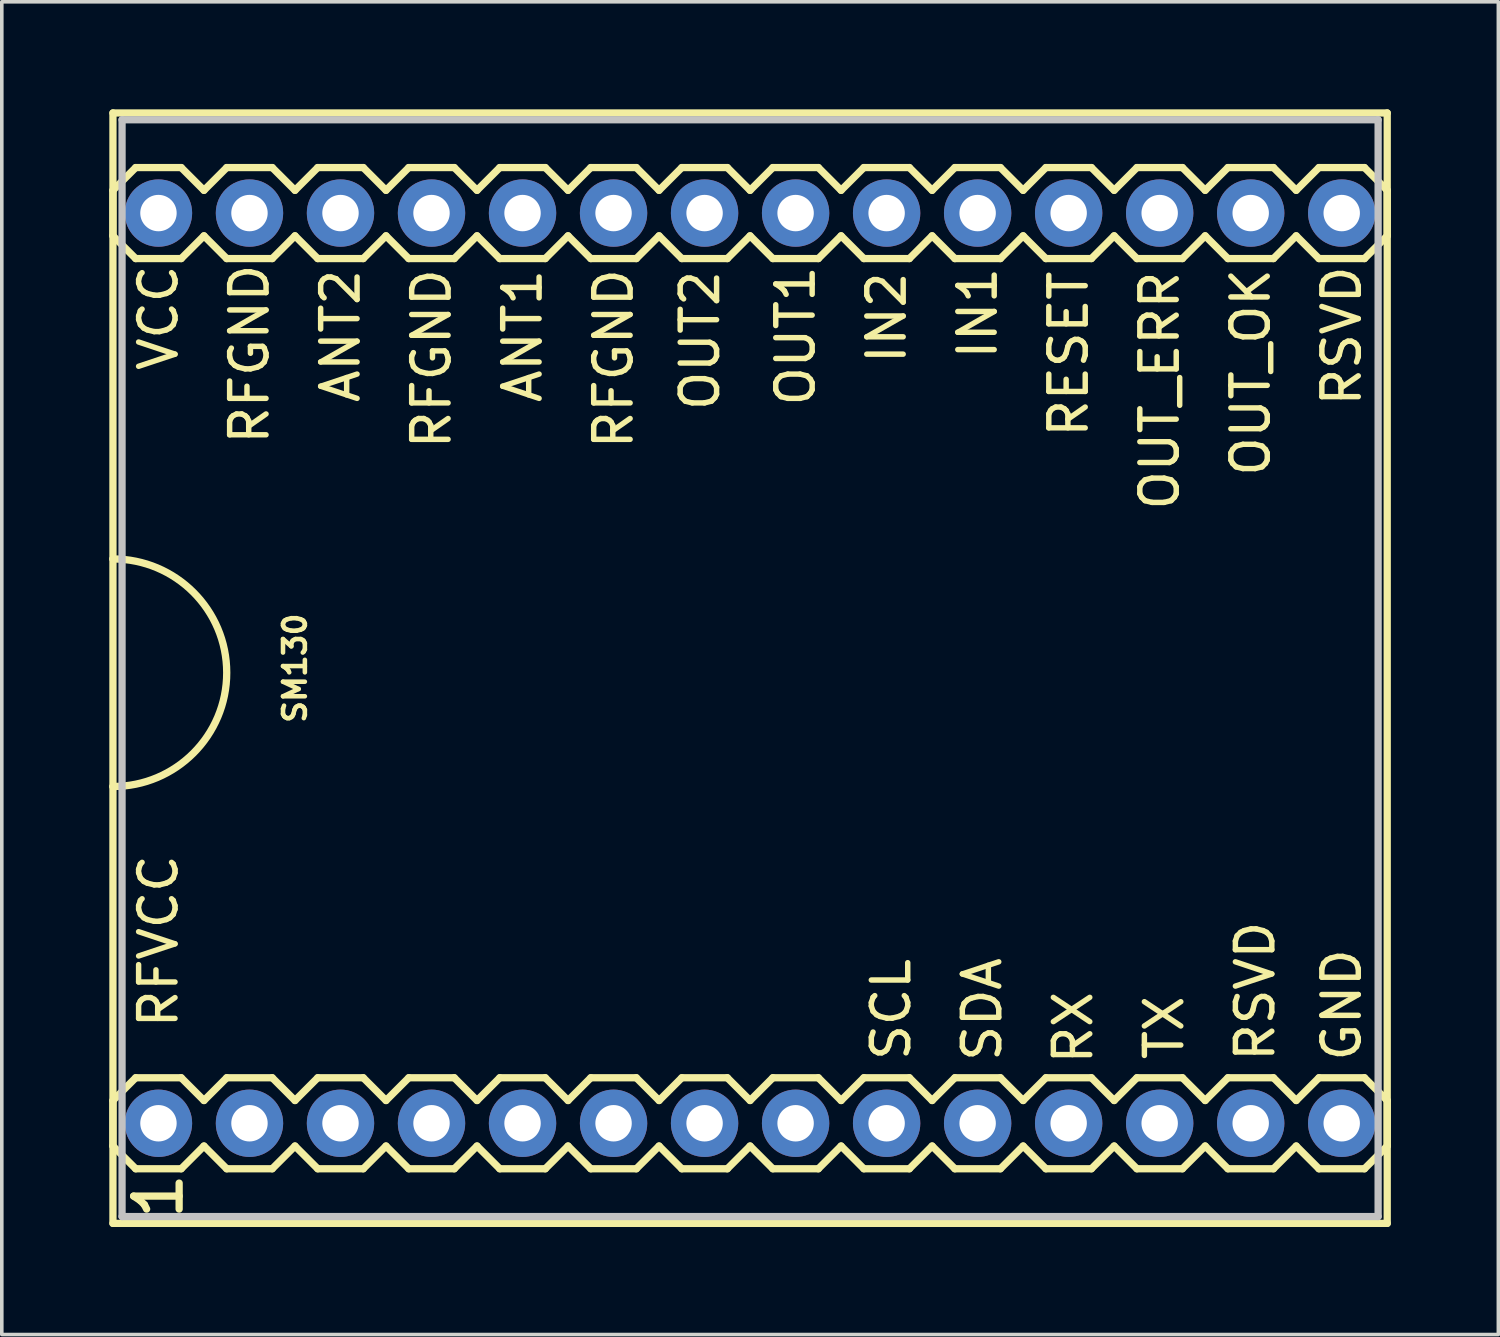
<source format=kicad_pcb>
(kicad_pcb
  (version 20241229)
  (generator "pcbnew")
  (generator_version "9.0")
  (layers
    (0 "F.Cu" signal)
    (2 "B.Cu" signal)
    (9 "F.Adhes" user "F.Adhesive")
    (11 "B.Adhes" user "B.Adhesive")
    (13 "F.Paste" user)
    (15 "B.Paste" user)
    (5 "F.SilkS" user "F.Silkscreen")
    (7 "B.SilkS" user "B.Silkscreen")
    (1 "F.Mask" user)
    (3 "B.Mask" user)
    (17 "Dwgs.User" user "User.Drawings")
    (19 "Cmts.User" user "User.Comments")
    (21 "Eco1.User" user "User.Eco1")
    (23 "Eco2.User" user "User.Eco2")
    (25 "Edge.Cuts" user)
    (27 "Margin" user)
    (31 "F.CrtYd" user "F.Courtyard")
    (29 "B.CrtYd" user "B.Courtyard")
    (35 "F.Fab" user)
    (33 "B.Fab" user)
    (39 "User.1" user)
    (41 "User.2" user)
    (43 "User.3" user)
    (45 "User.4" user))
  (footprint "SM130"
    (layer "F.Cu")
    (at 19.152 15.596)
    (property "Reference" "SM130" (at -13.97 0 90) (layer "F.SilkS") (effects (font (size 0.61 0.61) (thickness 0.127))))
    (attr exclude_from_pos_files exclude_from_bom)
    (fp_line (start -19.05 -15.494) (end 16.51 -15.494) (stroke (width 0.203) (type solid)) (layer "F.SilkS"))
    (fp_line (start -19.05 -13.335) (end -18.415 -13.97) (stroke (width 0.203) (type solid)) (layer "F.SilkS"))
    (fp_line (start -19.05 -12.065) (end -19.05 -13.335) (stroke (width 0.203) (type solid)) (layer "F.SilkS"))
    (fp_line (start -19.05 -3.048) (end -19.05 -15.494) (stroke (width 0.203) (type solid)) (layer "F.SilkS"))
    (fp_line (start -19.05 3.302) (end -19.05 -3.048) (stroke (width 0.203) (type solid)) (layer "F.SilkS"))
    (fp_line (start -19.05 12.065) (end -19.05 13.335) (stroke (width 0.203) (type solid)) (layer "F.SilkS"))
    (fp_line (start -19.05 13.335) (end -18.415 13.97) (stroke (width 0.203) (type solid)) (layer "F.SilkS"))
    (fp_line (start -19.05 15.494) (end -19.05 3.302) (stroke (width 0.203) (type solid)) (layer "F.SilkS"))
    (fp_line (start -18.415 -13.97) (end -17.145 -13.97) (stroke (width 0.203) (type solid)) (layer "F.SilkS"))
    (fp_line (start -18.415 -11.43) (end -19.05 -12.065) (stroke (width 0.203) (type solid)) (layer "F.SilkS"))
    (fp_line (start -18.415 11.43) (end -19.05 12.065) (stroke (width 0.203) (type solid)) (layer "F.SilkS"))
    (fp_line (start -18.415 11.43) (end -17.145 11.43) (stroke (width 0.203) (type solid)) (layer "F.SilkS"))
    (fp_line (start -17.145 -11.43) (end -18.415 -11.43) (stroke (width 0.203) (type solid)) (layer "F.SilkS"))
    (fp_line (start -17.145 -11.43) (end -16.51 -12.065) (stroke (width 0.203) (type solid)) (layer "F.SilkS"))
    (fp_line (start -17.145 11.43) (end -16.51 12.065) (stroke (width 0.203) (type solid)) (layer "F.SilkS"))
    (fp_line (start -17.145 13.97) (end -18.415 13.97) (stroke (width 0.203) (type solid)) (layer "F.SilkS"))
    (fp_line (start -16.51 -13.335) (end -17.145 -13.97) (stroke (width 0.203) (type solid)) (layer "F.SilkS"))
    (fp_line (start -16.51 -13.335) (end -15.875 -13.97) (stroke (width 0.203) (type solid)) (layer "F.SilkS"))
    (fp_line (start -16.51 12.065) (end -15.875 11.43) (stroke (width 0.203) (type solid)) (layer "F.SilkS"))
    (fp_line (start -16.51 13.335) (end -17.145 13.97) (stroke (width 0.203) (type solid)) (layer "F.SilkS"))
    (fp_line (start -15.875 -13.97) (end -14.605 -13.97) (stroke (width 0.203) (type solid)) (layer "F.SilkS"))
    (fp_line (start -15.875 -11.43) (end -16.51 -12.065) (stroke (width 0.203) (type solid)) (layer "F.SilkS"))
    (fp_line (start -15.875 11.43) (end -14.605 11.43) (stroke (width 0.203) (type solid)) (layer "F.SilkS"))
    (fp_line (start -15.875 13.97) (end -16.51 13.335) (stroke (width 0.203) (type solid)) (layer "F.SilkS"))
    (fp_line (start -14.605 -11.43) (end -15.875 -11.43) (stroke (width 0.203) (type solid)) (layer "F.SilkS"))
    (fp_line (start -14.605 -11.43) (end -13.97 -12.065) (stroke (width 0.203) (type solid)) (layer "F.SilkS"))
    (fp_line (start -14.605 11.43) (end -13.97 12.065) (stroke (width 0.203) (type solid)) (layer "F.SilkS"))
    (fp_line (start -14.605 13.97) (end -15.875 13.97) (stroke (width 0.203) (type solid)) (layer "F.SilkS"))
    (fp_line (start -13.97 -13.335) (end -14.605 -13.97) (stroke (width 0.203) (type solid)) (layer "F.SilkS"))
    (fp_line (start -13.97 -13.335) (end -13.335 -13.97) (stroke (width 0.203) (type solid)) (layer "F.SilkS"))
    (fp_line (start -13.97 12.065) (end -13.335 11.43) (stroke (width 0.203) (type solid)) (layer "F.SilkS"))
    (fp_line (start -13.97 13.335) (end -14.605 13.97) (stroke (width 0.203) (type solid)) (layer "F.SilkS"))
    (fp_line (start -13.335 -13.97) (end -12.065 -13.97) (stroke (width 0.203) (type solid)) (layer "F.SilkS"))
    (fp_line (start -13.335 -11.43) (end -13.97 -12.065) (stroke (width 0.203) (type solid)) (layer "F.SilkS"))
    (fp_line (start -13.335 11.43) (end -12.065 11.43) (stroke (width 0.203) (type solid)) (layer "F.SilkS"))
    (fp_line (start -13.335 13.97) (end -13.97 13.335) (stroke (width 0.203) (type solid)) (layer "F.SilkS"))
    (fp_line (start -12.065 -13.97) (end -11.43 -13.335) (stroke (width 0.203) (type solid)) (layer "F.SilkS"))
    (fp_line (start -12.065 -11.43) (end -13.335 -11.43) (stroke (width 0.203) (type solid)) (layer "F.SilkS"))
    (fp_line (start -12.065 11.43) (end -11.43 12.065) (stroke (width 0.203) (type solid)) (layer "F.SilkS"))
    (fp_line (start -12.065 13.97) (end -13.335 13.97) (stroke (width 0.203) (type solid)) (layer "F.SilkS"))
    (fp_line (start -11.43 -13.335) (end -10.795 -13.97) (stroke (width 0.203) (type solid)) (layer "F.SilkS"))
    (fp_line (start -11.43 -12.065) (end -12.065 -11.43) (stroke (width 0.203) (type solid)) (layer "F.SilkS"))
    (fp_line (start -11.43 13.335) (end -12.065 13.97) (stroke (width 0.203) (type solid)) (layer "F.SilkS"))
    (fp_line (start -11.43 13.335) (end -10.795 13.97) (stroke (width 0.203) (type solid)) (layer "F.SilkS"))
    (fp_line (start -10.795 -13.97) (end -9.525 -13.97) (stroke (width 0.203) (type solid)) (layer "F.SilkS"))
    (fp_line (start -10.795 -11.43) (end -11.43 -12.065) (stroke (width 0.203) (type solid)) (layer "F.SilkS"))
    (fp_line (start -10.795 11.43) (end -11.43 12.065) (stroke (width 0.203) (type solid)) (layer "F.SilkS"))
    (fp_line (start -10.795 11.43) (end -9.525 11.43) (stroke (width 0.203) (type solid)) (layer "F.SilkS"))
    (fp_line (start -9.525 -13.97) (end -8.89 -13.335) (stroke (width 0.203) (type solid)) (layer "F.SilkS"))
    (fp_line (start -9.525 -11.43) (end -10.795 -11.43) (stroke (width 0.203) (type solid)) (layer "F.SilkS"))
    (fp_line (start -9.525 11.43) (end -8.89 12.065) (stroke (width 0.203) (type solid)) (layer "F.SilkS"))
    (fp_line (start -9.525 13.97) (end -10.795 13.97) (stroke (width 0.203) (type solid)) (layer "F.SilkS"))
    (fp_line (start -8.89 -13.335) (end -8.255 -13.97) (stroke (width 0.203) (type solid)) (layer "F.SilkS"))
    (fp_line (start -8.89 -12.065) (end -9.525 -11.43) (stroke (width 0.203) (type solid)) (layer "F.SilkS"))
    (fp_line (start -8.89 12.065) (end -8.255 11.43) (stroke (width 0.203) (type solid)) (layer "F.SilkS"))
    (fp_line (start -8.89 13.335) (end -9.525 13.97) (stroke (width 0.203) (type solid)) (layer "F.SilkS"))
    (fp_line (start -8.255 -13.97) (end -6.985 -13.97) (stroke (width 0.203) (type solid)) (layer "F.SilkS"))
    (fp_line (start -8.255 -11.43) (end -8.89 -12.065) (stroke (width 0.203) (type solid)) (layer "F.SilkS"))
    (fp_line (start -8.255 11.43) (end -6.985 11.43) (stroke (width 0.203) (type solid)) (layer "F.SilkS"))
    (fp_line (start -8.255 13.97) (end -8.89 13.335) (stroke (width 0.203) (type solid)) (layer "F.SilkS"))
    (fp_line (start -6.985 -11.43) (end -8.255 -11.43) (stroke (width 0.203) (type solid)) (layer "F.SilkS"))
    (fp_line (start -6.985 -11.43) (end -6.35 -12.065) (stroke (width 0.203) (type solid)) (layer "F.SilkS"))
    (fp_line (start -6.985 11.43) (end -6.35 12.065) (stroke (width 0.203) (type solid)) (layer "F.SilkS"))
    (fp_line (start -6.985 13.97) (end -8.255 13.97) (stroke (width 0.203) (type solid)) (layer "F.SilkS"))
    (fp_line (start -6.35 -13.335) (end -6.985 -13.97) (stroke (width 0.203) (type solid)) (layer "F.SilkS"))
    (fp_line (start -6.35 -13.335) (end -5.715 -13.97) (stroke (width 0.203) (type solid)) (layer "F.SilkS"))
    (fp_line (start -6.35 12.065) (end -5.715 11.43) (stroke (width 0.203) (type solid)) (layer "F.SilkS"))
    (fp_line (start -6.35 13.335) (end -6.985 13.97) (stroke (width 0.203) (type solid)) (layer "F.SilkS"))
    (fp_line (start -5.715 -13.97) (end -4.445 -13.97) (stroke (width 0.203) (type solid)) (layer "F.SilkS"))
    (fp_line (start -5.715 -11.43) (end -6.35 -12.065) (stroke (width 0.203) (type solid)) (layer "F.SilkS"))
    (fp_line (start -5.715 11.43) (end -4.445 11.43) (stroke (width 0.203) (type solid)) (layer "F.SilkS"))
    (fp_line (start -5.715 13.97) (end -6.35 13.335) (stroke (width 0.203) (type solid)) (layer "F.SilkS"))
    (fp_line (start -4.445 -13.97) (end -3.81 -13.335) (stroke (width 0.203) (type solid)) (layer "F.SilkS"))
    (fp_line (start -4.445 -11.43) (end -5.715 -11.43) (stroke (width 0.203) (type solid)) (layer "F.SilkS"))
    (fp_line (start -4.445 11.43) (end -3.81 12.065) (stroke (width 0.203) (type solid)) (layer "F.SilkS"))
    (fp_line (start -4.445 13.97) (end -5.715 13.97) (stroke (width 0.203) (type solid)) (layer "F.SilkS"))
    (fp_line (start -3.81 -13.335) (end -3.175 -13.97) (stroke (width 0.203) (type solid)) (layer "F.SilkS"))
    (fp_line (start -3.81 -12.065) (end -4.445 -11.43) (stroke (width 0.203) (type solid)) (layer "F.SilkS"))
    (fp_line (start -3.81 13.335) (end -4.445 13.97) (stroke (width 0.203) (type solid)) (layer "F.SilkS"))
    (fp_line (start -3.81 13.335) (end -3.175 13.97) (stroke (width 0.203) (type solid)) (layer "F.SilkS"))
    (fp_line (start -3.175 -13.97) (end -1.905 -13.97) (stroke (width 0.203) (type solid)) (layer "F.SilkS"))
    (fp_line (start -3.175 -11.43) (end -3.81 -12.065) (stroke (width 0.203) (type solid)) (layer "F.SilkS"))
    (fp_line (start -3.175 11.43) (end -3.81 12.065) (stroke (width 0.203) (type solid)) (layer "F.SilkS"))
    (fp_line (start -3.175 11.43) (end -1.905 11.43) (stroke (width 0.203) (type solid)) (layer "F.SilkS"))
    (fp_line (start -1.905 -13.97) (end -1.27 -13.335) (stroke (width 0.203) (type solid)) (layer "F.SilkS"))
    (fp_line (start -1.905 -11.43) (end -3.175 -11.43) (stroke (width 0.203) (type solid)) (layer "F.SilkS"))
    (fp_line (start -1.905 11.43) (end -1.27 12.065) (stroke (width 0.203) (type solid)) (layer "F.SilkS"))
    (fp_line (start -1.905 13.97) (end -3.175 13.97) (stroke (width 0.203) (type solid)) (layer "F.SilkS"))
    (fp_line (start -1.27 -13.335) (end -0.635 -13.97) (stroke (width 0.203) (type solid)) (layer "F.SilkS"))
    (fp_line (start -1.27 -12.065) (end -1.905 -11.43) (stroke (width 0.203) (type solid)) (layer "F.SilkS"))
    (fp_line (start -1.27 13.335) (end -1.905 13.97) (stroke (width 0.203) (type solid)) (layer "F.SilkS"))
    (fp_line (start -1.27 13.335) (end -0.635 13.97) (stroke (width 0.203) (type solid)) (layer "F.SilkS"))
    (fp_line (start -0.635 -13.97) (end 0.635 -13.97) (stroke (width 0.203) (type solid)) (layer "F.SilkS"))
    (fp_line (start -0.635 -11.43) (end -1.27 -12.065) (stroke (width 0.203) (type solid)) (layer "F.SilkS"))
    (fp_line (start -0.635 11.43) (end -1.27 12.065) (stroke (width 0.203) (type solid)) (layer "F.SilkS"))
    (fp_line (start -0.635 11.43) (end 0.635 11.43) (stroke (width 0.203) (type solid)) (layer "F.SilkS"))
    (fp_line (start 0.635 -11.43) (end -0.635 -11.43) (stroke (width 0.203) (type solid)) (layer "F.SilkS"))
    (fp_line (start 0.635 -11.43) (end 1.27 -12.065) (stroke (width 0.203) (type solid)) (layer "F.SilkS"))
    (fp_line (start 0.635 11.43) (end 1.27 12.065) (stroke (width 0.203) (type solid)) (layer "F.SilkS"))
    (fp_line (start 0.635 13.97) (end -0.635 13.97) (stroke (width 0.203) (type solid)) (layer "F.SilkS"))
    (fp_line (start 1.27 -13.335) (end 0.635 -13.97) (stroke (width 0.203) (type solid)) (layer "F.SilkS"))
    (fp_line (start 1.27 -13.335) (end 1.905 -13.97) (stroke (width 0.203) (type solid)) (layer "F.SilkS"))
    (fp_line (start 1.27 12.065) (end 1.905 11.43) (stroke (width 0.203) (type solid)) (layer "F.SilkS"))
    (fp_line (start 1.27 13.335) (end 0.635 13.97) (stroke (width 0.203) (type solid)) (layer "F.SilkS"))
    (fp_line (start 1.905 -13.97) (end 3.175 -13.97) (stroke (width 0.203) (type solid)) (layer "F.SilkS"))
    (fp_line (start 1.905 -11.43) (end 1.27 -12.065) (stroke (width 0.203) (type solid)) (layer "F.SilkS"))
    (fp_line (start 1.905 11.43) (end 3.175 11.43) (stroke (width 0.203) (type solid)) (layer "F.SilkS"))
    (fp_line (start 1.905 13.97) (end 1.27 13.335) (stroke (width 0.203) (type solid)) (layer "F.SilkS"))
    (fp_line (start 3.175 -11.43) (end 1.905 -11.43) (stroke (width 0.203) (type solid)) (layer "F.SilkS"))
    (fp_line (start 3.175 -11.43) (end 3.81 -12.065) (stroke (width 0.203) (type solid)) (layer "F.SilkS"))
    (fp_line (start 3.175 11.43) (end 3.81 12.065) (stroke (width 0.203) (type solid)) (layer "F.SilkS"))
    (fp_line (start 3.175 13.97) (end 1.905 13.97) (stroke (width 0.203) (type solid)) (layer "F.SilkS"))
    (fp_line (start 3.81 -13.335) (end 3.175 -13.97) (stroke (width 0.203) (type solid)) (layer "F.SilkS"))
    (fp_line (start 3.81 -13.335) (end 4.445 -13.97) (stroke (width 0.203) (type solid)) (layer "F.SilkS"))
    (fp_line (start 3.81 12.065) (end 4.445 11.43) (stroke (width 0.203) (type solid)) (layer "F.SilkS"))
    (fp_line (start 3.81 13.335) (end 3.175 13.97) (stroke (width 0.203) (type solid)) (layer "F.SilkS"))
    (fp_line (start 4.445 -13.97) (end 5.715 -13.97) (stroke (width 0.203) (type solid)) (layer "F.SilkS"))
    (fp_line (start 4.445 -11.43) (end 3.81 -12.065) (stroke (width 0.203) (type solid)) (layer "F.SilkS"))
    (fp_line (start 4.445 11.43) (end 5.715 11.43) (stroke (width 0.203) (type solid)) (layer "F.SilkS"))
    (fp_line (start 4.445 13.97) (end 3.81 13.335) (stroke (width 0.203) (type solid)) (layer "F.SilkS"))
    (fp_line (start 5.715 -13.97) (end 6.35 -13.335) (stroke (width 0.203) (type solid)) (layer "F.SilkS"))
    (fp_line (start 5.715 -11.43) (end 4.445 -11.43) (stroke (width 0.203) (type solid)) (layer "F.SilkS"))
    (fp_line (start 5.715 11.43) (end 6.35 12.065) (stroke (width 0.203) (type solid)) (layer "F.SilkS"))
    (fp_line (start 5.715 13.97) (end 4.445 13.97) (stroke (width 0.203) (type solid)) (layer "F.SilkS"))
    (fp_line (start 6.35 -13.335) (end 6.985 -13.97) (stroke (width 0.203) (type solid)) (layer "F.SilkS"))
    (fp_line (start 6.35 -12.065) (end 5.715 -11.43) (stroke (width 0.203) (type solid)) (layer "F.SilkS"))
    (fp_line (start 6.35 13.335) (end 5.715 13.97) (stroke (width 0.203) (type solid)) (layer "F.SilkS"))
    (fp_line (start 6.35 13.335) (end 6.985 13.97) (stroke (width 0.203) (type solid)) (layer "F.SilkS"))
    (fp_line (start 6.985 -13.97) (end 8.255 -13.97) (stroke (width 0.203) (type solid)) (layer "F.SilkS"))
    (fp_line (start 6.985 -11.43) (end 6.35 -12.065) (stroke (width 0.203) (type solid)) (layer "F.SilkS"))
    (fp_line (start 6.985 11.43) (end 6.35 12.065) (stroke (width 0.203) (type solid)) (layer "F.SilkS"))
    (fp_line (start 6.985 11.43) (end 8.255 11.43) (stroke (width 0.203) (type solid)) (layer "F.SilkS"))
    (fp_line (start 8.255 -13.97) (end 8.89 -13.335) (stroke (width 0.203) (type solid)) (layer "F.SilkS"))
    (fp_line (start 8.255 -11.43) (end 6.985 -11.43) (stroke (width 0.203) (type solid)) (layer "F.SilkS"))
    (fp_line (start 8.255 11.43) (end 8.89 12.065) (stroke (width 0.203) (type solid)) (layer "F.SilkS"))
    (fp_line (start 8.255 13.97) (end 6.985 13.97) (stroke (width 0.203) (type solid)) (layer "F.SilkS"))
    (fp_line (start 8.89 -13.335) (end 9.525 -13.97) (stroke (width 0.203) (type solid)) (layer "F.SilkS"))
    (fp_line (start 8.89 -12.065) (end 8.255 -11.43) (stroke (width 0.203) (type solid)) (layer "F.SilkS"))
    (fp_line (start 8.89 12.065) (end 9.525 11.43) (stroke (width 0.203) (type solid)) (layer "F.SilkS"))
    (fp_line (start 8.89 13.335) (end 8.255 13.97) (stroke (width 0.203) (type solid)) (layer "F.SilkS"))
    (fp_line (start 9.525 -13.97) (end 10.795 -13.97) (stroke (width 0.203) (type solid)) (layer "F.SilkS"))
    (fp_line (start 9.525 -11.43) (end 8.89 -12.065) (stroke (width 0.203) (type solid)) (layer "F.SilkS"))
    (fp_line (start 9.525 11.43) (end 10.795 11.43) (stroke (width 0.203) (type solid)) (layer "F.SilkS"))
    (fp_line (start 9.525 13.97) (end 8.89 13.335) (stroke (width 0.203) (type solid)) (layer "F.SilkS"))
    (fp_line (start 10.795 -11.43) (end 9.525 -11.43) (stroke (width 0.203) (type solid)) (layer "F.SilkS"))
    (fp_line (start 10.795 -11.43) (end 11.43 -12.065) (stroke (width 0.203) (type solid)) (layer "F.SilkS"))
    (fp_line (start 10.795 11.43) (end 11.43 12.065) (stroke (width 0.203) (type solid)) (layer "F.SilkS"))
    (fp_line (start 10.795 13.97) (end 9.525 13.97) (stroke (width 0.203) (type solid)) (layer "F.SilkS"))
    (fp_line (start 11.43 -13.335) (end 10.795 -13.97) (stroke (width 0.203) (type solid)) (layer "F.SilkS"))
    (fp_line (start 11.43 -13.335) (end 12.065 -13.97) (stroke (width 0.203) (type solid)) (layer "F.SilkS"))
    (fp_line (start 11.43 12.065) (end 12.065 11.43) (stroke (width 0.203) (type solid)) (layer "F.SilkS"))
    (fp_line (start 11.43 13.335) (end 10.795 13.97) (stroke (width 0.203) (type solid)) (layer "F.SilkS"))
    (fp_line (start 12.065 -13.97) (end 13.335 -13.97) (stroke (width 0.203) (type solid)) (layer "F.SilkS"))
    (fp_line (start 12.065 -11.43) (end 11.43 -12.065) (stroke (width 0.203) (type solid)) (layer "F.SilkS"))
    (fp_line (start 12.065 11.43) (end 13.335 11.43) (stroke (width 0.203) (type solid)) (layer "F.SilkS"))
    (fp_line (start 12.065 13.97) (end 11.43 13.335) (stroke (width 0.203) (type solid)) (layer "F.SilkS"))
    (fp_line (start 13.335 -13.97) (end 13.97 -13.335) (stroke (width 0.203) (type solid)) (layer "F.SilkS"))
    (fp_line (start 13.335 -11.43) (end 12.065 -11.43) (stroke (width 0.203) (type solid)) (layer "F.SilkS"))
    (fp_line (start 13.335 11.43) (end 13.97 12.065) (stroke (width 0.203) (type solid)) (layer "F.SilkS"))
    (fp_line (start 13.335 13.97) (end 12.065 13.97) (stroke (width 0.203) (type solid)) (layer "F.SilkS"))
    (fp_line (start 13.97 -13.335) (end 14.605 -13.97) (stroke (width 0.203) (type solid)) (layer "F.SilkS"))
    (fp_line (start 13.97 -12.065) (end 13.335 -11.43) (stroke (width 0.203) (type solid)) (layer "F.SilkS"))
    (fp_line (start 13.97 13.335) (end 13.335 13.97) (stroke (width 0.203) (type solid)) (layer "F.SilkS"))
    (fp_line (start 13.97 13.335) (end 14.605 13.97) (stroke (width 0.203) (type solid)) (layer "F.SilkS"))
    (fp_line (start 14.605 -13.97) (end 15.875 -13.97) (stroke (width 0.203) (type solid)) (layer "F.SilkS"))
    (fp_line (start 14.605 -11.43) (end 13.97 -12.065) (stroke (width 0.203) (type solid)) (layer "F.SilkS"))
    (fp_line (start 14.605 11.43) (end 13.97 12.065) (stroke (width 0.203) (type solid)) (layer "F.SilkS"))
    (fp_line (start 14.605 11.43) (end 15.875 11.43) (stroke (width 0.203) (type solid)) (layer "F.SilkS"))
    (fp_line (start 15.875 -13.97) (end 16.51 -13.335) (stroke (width 0.203) (type solid)) (layer "F.SilkS"))
    (fp_line (start 15.875 -11.43) (end 14.605 -11.43) (stroke (width 0.203) (type solid)) (layer "F.SilkS"))
    (fp_line (start 15.875 11.43) (end 16.51 12.065) (stroke (width 0.203) (type solid)) (layer "F.SilkS"))
    (fp_line (start 15.875 13.97) (end 14.605 13.97) (stroke (width 0.203) (type solid)) (layer "F.SilkS"))
    (fp_line (start 16.51 -15.494) (end 16.51 15.494) (stroke (width 0.203) (type solid)) (layer "F.SilkS"))
    (fp_line (start 16.51 -12.065) (end 15.875 -11.43) (stroke (width 0.203) (type solid)) (layer "F.SilkS"))
    (fp_line (start 16.51 -12.065) (end 16.51 -13.335) (stroke (width 0.203) (type solid)) (layer "F.SilkS"))
    (fp_line (start 16.51 13.335) (end 15.875 13.97) (stroke (width 0.203) (type solid)) (layer "F.SilkS"))
    (fp_line (start 16.51 13.335) (end 16.51 12.065) (stroke (width 0.203) (type solid)) (layer "F.SilkS"))
    (fp_line (start 16.51 15.494) (end -19.05 15.494) (stroke (width 0.203) (type solid)) (layer "F.SilkS"))
    (fp_arc (start -19.05 -3.048) (mid -15.875 0.127) (end -19.05 3.302) (stroke (width 0.2032) (type solid)) (layer "F.SilkS"))
    (fp_line (start -18.796 -15.303) (end -18.796 15.303) (stroke (width 0.203) (type solid)) (layer "Dwgs.User"))
    (fp_line (start -18.796 15.303) (end 16.256 15.303) (stroke (width 0.203) (type solid)) (layer "Dwgs.User"))
    (fp_line (start 16.256 -15.303) (end -18.796 -15.303) (stroke (width 0.203) (type solid)) (layer "Dwgs.User"))
    (fp_line (start 16.256 15.303) (end 16.256 -15.303) (stroke (width 0.203) (type solid)) (layer "Dwgs.User"))
    (fp_text user "OUT_ERR" (at 10.16 -7.747 90) (layer "F.SilkS") (effects (font (size 1.016 1.016) (thickness 0.152))))
    (fp_text user "ANT2" (at -12.7 -9.271 90) (layer "F.SilkS") (effects (font (size 1.016 1.016) (thickness 0.152))))
    (fp_text user "RSVD" (at 12.827 9.017 90) (layer "F.SilkS") (effects (font (size 1.016 1.016) (thickness 0.152))))
    (fp_text user "IN1" (at 5.08 -9.906 90) (layer "F.SilkS") (effects (font (size 1.016 1.016) (thickness 0.152))))
    (fp_text user "RX" (at 7.747 10.033 90) (layer "F.SilkS") (effects (font (size 1.016 1.016) (thickness 0.152))))
    (fp_text user "TX" (at 10.287 10.033 90) (layer "F.SilkS") (effects (font (size 1.016 1.016) (thickness 0.152))))
    (fp_text user "RESET" (at 7.62 -8.763 90) (layer "F.SilkS") (effects (font (size 1.016 1.016) (thickness 0.152))))
    (fp_text user "OUT1" (at 0 -9.271 90) (layer "F.SilkS") (effects (font (size 1.016 1.016) (thickness 0.152))))
    (fp_text user "OUT2" (at -2.667 -9.144 90) (layer "F.SilkS") (effects (font (size 1.016 1.016) (thickness 0.152))))
    (fp_text user "GND" (at 15.24 9.398 90) (layer "F.SilkS") (effects (font (size 1.016 1.016) (thickness 0.152))))
    (fp_text user "RFVCC" (at -17.78 7.62 90) (layer "F.SilkS") (effects (font (size 1.016 1.016) (thickness 0.152))))
    (fp_text user "RFGND" (at -5.08 -8.636 90) (layer "F.SilkS") (effects (font (size 1.016 1.016) (thickness 0.152))))
    (fp_text user "RSVD" (at 15.24 -9.271 90) (layer "F.SilkS") (effects (font (size 1.016 1.016) (thickness 0.152))))
    (fp_text user "RFGND" (at -15.24 -8.763 90) (layer "F.SilkS") (effects (font (size 1.016 1.016) (thickness 0.152))))
    (fp_text user "1" (at -17.78 14.732 90) (layer "F.SilkS") (effects (font (size 1.27 1.27) (thickness 0.203))))
    (fp_text user "SCL" (at 2.667 9.525 90) (layer "F.SilkS") (effects (font (size 1.016 1.016) (thickness 0.152))))
    (fp_text user "SDA" (at 5.207 9.525 90) (layer "F.SilkS") (effects (font (size 1.016 1.016) (thickness 0.152))))
    (fp_text user "ANT1" (at -7.62 -9.271 90) (layer "F.SilkS") (effects (font (size 1.016 1.016) (thickness 0.152))))
    (fp_text user "OUT_OK" (at 12.7 -8.255 90) (layer "F.SilkS") (effects (font (size 1.016 1.016) (thickness 0.152))))
    (fp_text user "VCC" (at -17.78 -9.779 90) (layer "F.SilkS") (effects (font (size 1.016 1.016) (thickness 0.152))))
    (fp_text user "RFGND" (at -10.16 -8.636 90) (layer "F.SilkS") (effects (font (size 1.016 1.016) (thickness 0.152))))
    (fp_text user "IN2" (at 2.54 -9.779 90) (layer "F.SilkS") (effects (font (size 1.016 1.016) (thickness 0.152))))
    (pad "1" thru_hole circle (at -17.78 12.7) (size 1.88 1.88) (drill 1.016) (layers "*.Cu" "*.Paste" "*.Mask"))
    (pad "2" thru_hole circle (at -15.24 12.7) (size 1.88 1.88) (drill 1.016) (layers "*.Cu" "*.Paste" "*.Mask"))
    (pad "3" thru_hole circle (at -12.7 12.7) (size 1.88 1.88) (drill 1.016) (layers "*.Cu" "*.Paste" "*.Mask"))
    (pad "4" thru_hole circle (at -10.16 12.7) (size 1.88 1.88) (drill 1.016) (layers "*.Cu" "*.Paste" "*.Mask"))
    (pad "5" thru_hole circle (at -7.62 12.7) (size 1.88 1.88) (drill 1.016) (layers "*.Cu" "*.Paste" "*.Mask"))
    (pad "6" thru_hole circle (at -5.08 12.7) (size 1.88 1.88) (drill 1.016) (layers "*.Cu" "*.Paste" "*.Mask"))
    (pad "7" thru_hole circle (at -2.54 12.7) (size 1.88 1.88) (drill 1.016) (layers "*.Cu" "*.Paste" "*.Mask"))
    (pad "8" thru_hole circle (at 0 12.7) (size 1.88 1.88) (drill 1.016) (layers "*.Cu" "*.Paste" "*.Mask"))
    (pad "9" thru_hole circle (at 2.54 12.7) (size 1.88 1.88) (drill 1.016) (layers "*.Cu" "*.Paste" "*.Mask"))
    (pad "10" thru_hole circle (at 5.08 12.7) (size 1.88 1.88) (drill 1.016) (layers "*.Cu" "*.Paste" "*.Mask"))
    (pad "11" thru_hole circle (at 7.62 12.7) (size 1.88 1.88) (drill 1.016) (layers "*.Cu" "*.Paste" "*.Mask"))
    (pad "12" thru_hole circle (at 10.16 12.7) (size 1.88 1.88) (drill 1.016) (layers "*.Cu" "*.Paste" "*.Mask"))
    (pad "13" thru_hole circle (at 12.7 12.7) (size 1.88 1.88) (drill 1.016) (layers "*.Cu" "*.Paste" "*.Mask"))
    (pad "14" thru_hole circle (at 15.24 12.7) (size 1.88 1.88) (drill 1.016) (layers "*.Cu" "*.Paste" "*.Mask"))
    (pad "15" thru_hole circle (at 15.24 -12.7) (size 1.88 1.88) (drill 1.016) (layers "*.Cu" "*.Paste" "*.Mask"))
    (pad "16" thru_hole circle (at 12.7 -12.7) (size 1.88 1.88) (drill 1.016) (layers "*.Cu" "*.Paste" "*.Mask"))
    (pad "17" thru_hole circle (at 10.16 -12.7) (size 1.88 1.88) (drill 1.016) (layers "*.Cu" "*.Paste" "*.Mask"))
    (pad "18" thru_hole circle (at 7.62 -12.7) (size 1.88 1.88) (drill 1.016) (layers "*.Cu" "*.Paste" "*.Mask"))
    (pad "19" thru_hole circle (at 5.08 -12.7) (size 1.88 1.88) (drill 1.016) (layers "*.Cu" "*.Paste" "*.Mask"))
    (pad "20" thru_hole circle (at 2.54 -12.7) (size 1.88 1.88) (drill 1.016) (layers "*.Cu" "*.Paste" "*.Mask"))
    (pad "21" thru_hole circle (at 0 -12.7) (size 1.88 1.88) (drill 1.016) (layers "*.Cu" "*.Paste" "*.Mask"))
    (pad "22" thru_hole circle (at -2.54 -12.7) (size 1.88 1.88) (drill 1.016) (layers "*.Cu" "*.Paste" "*.Mask"))
    (pad "23" thru_hole circle (at -5.08 -12.7) (size 1.88 1.88) (drill 1.016) (layers "*.Cu" "*.Paste" "*.Mask"))
    (pad "24" thru_hole circle (at -7.62 -12.7) (size 1.88 1.88) (drill 1.016) (layers "*.Cu" "*.Paste" "*.Mask"))
    (pad "25" thru_hole circle (at -10.16 -12.7) (size 1.88 1.88) (drill 1.016) (layers "*.Cu" "*.Paste" "*.Mask"))
    (pad "26" thru_hole circle (at -12.7 -12.7) (size 1.88 1.88) (drill 1.016) (layers "*.Cu" "*.Paste" "*.Mask"))
    (pad "27" thru_hole circle (at -15.24 -12.7) (size 1.88 1.88) (drill 1.016) (layers "*.Cu" "*.Paste" "*.Mask"))
    (pad "28" thru_hole circle (at -17.78 -12.7) (size 1.88 1.88) (drill 1.016) (layers "*.Cu" "*.Paste" "*.Mask")))
  (gr_rect
    (start -3 -3)
    (end 38.763 34.191)
    (stroke (width 0.1) (type default))
    (fill no)
    (layer "Edge.Cuts")))
</source>
